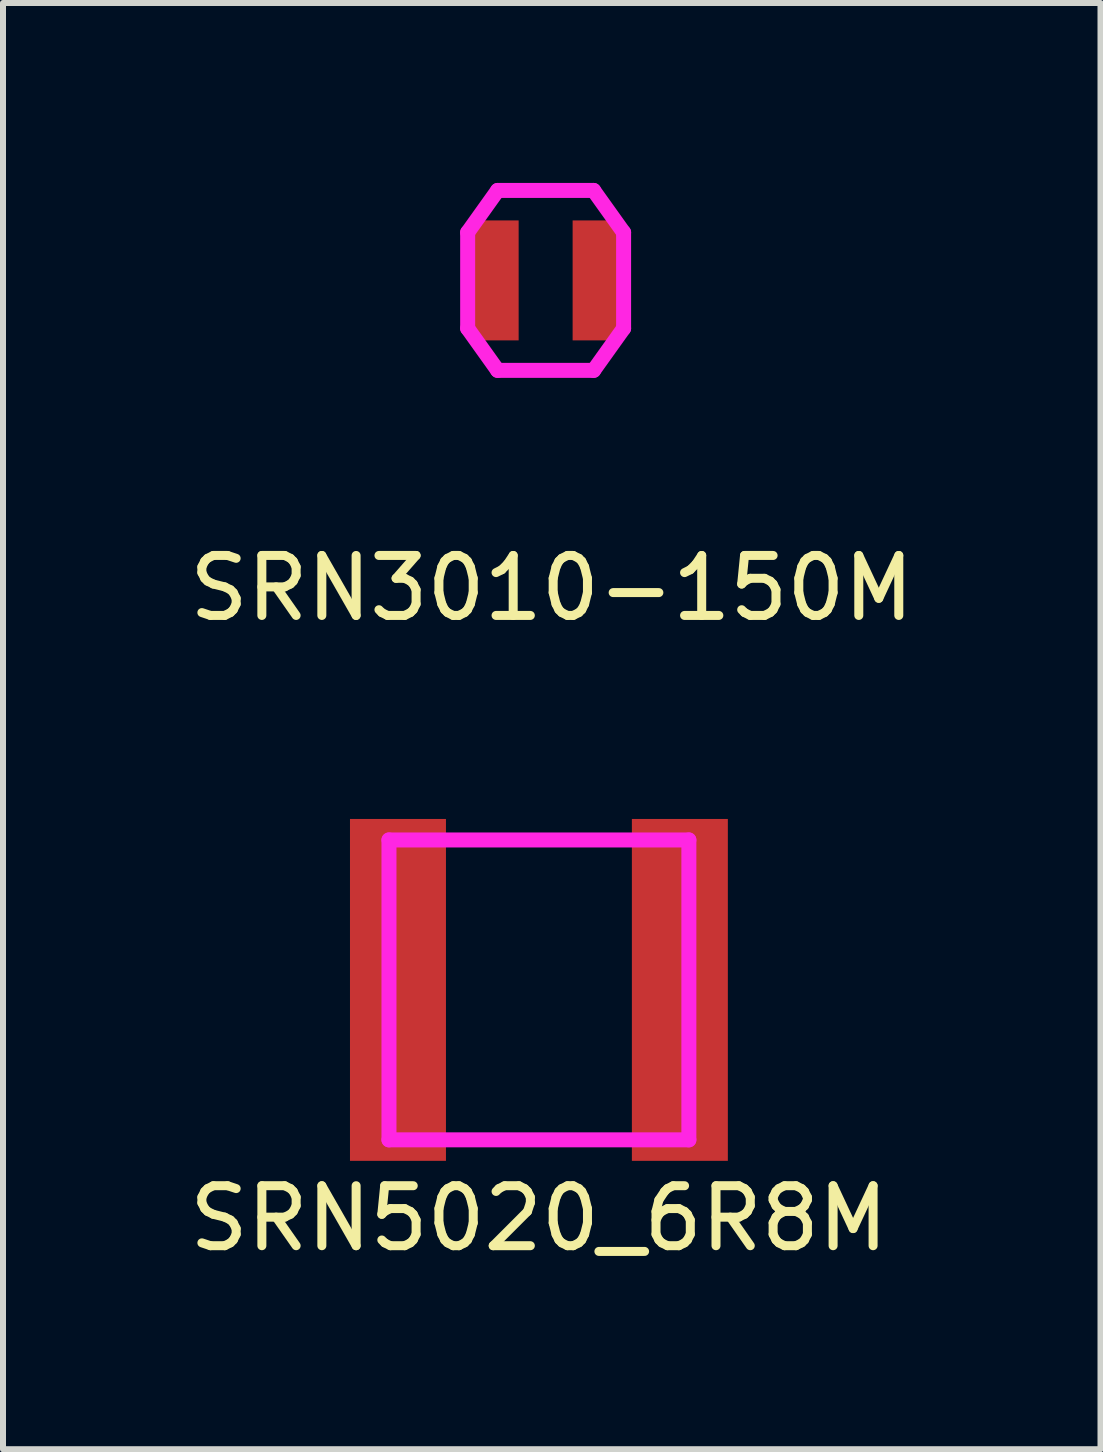
<source format=kicad_pcb>
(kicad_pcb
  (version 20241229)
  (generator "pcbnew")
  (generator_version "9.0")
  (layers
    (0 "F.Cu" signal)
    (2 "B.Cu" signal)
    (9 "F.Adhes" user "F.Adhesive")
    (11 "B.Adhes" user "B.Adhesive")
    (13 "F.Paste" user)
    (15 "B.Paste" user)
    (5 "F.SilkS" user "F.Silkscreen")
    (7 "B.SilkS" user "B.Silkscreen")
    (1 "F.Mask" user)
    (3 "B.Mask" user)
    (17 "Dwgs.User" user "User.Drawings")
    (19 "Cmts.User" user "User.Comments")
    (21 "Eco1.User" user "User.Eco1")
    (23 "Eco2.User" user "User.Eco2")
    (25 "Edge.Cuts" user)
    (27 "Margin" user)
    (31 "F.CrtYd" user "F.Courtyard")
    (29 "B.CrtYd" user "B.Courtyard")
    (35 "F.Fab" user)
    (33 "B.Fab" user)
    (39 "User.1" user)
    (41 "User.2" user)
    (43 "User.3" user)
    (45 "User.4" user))
  (footprint "SRN5020_6R8M"
    (layer "F.Cu")
    (at 5.935 13.454)
    (property "Reference" "SRN5020_6R8M" (at 0 3.81 0) (layer "F.SilkS") (effects (font (size 1 1) (thickness 0.15))))
    (attr through_hole)
    (fp_line (start -2.5 -2.5) (end 2.5 -2.5) (stroke (width 0.25) (type solid)) (layer "F.CrtYd"))
    (fp_line (start -2.5 2.5) (end -2.5 -2.5) (stroke (width 0.25) (type solid)) (layer "F.CrtYd"))
    (fp_line (start 2.5 -2.5) (end 2.5 2.5) (stroke (width 0.25) (type solid)) (layer "F.CrtYd"))
    (fp_line (start 2.5 2.5) (end -2.5 2.5) (stroke (width 0.25) (type solid)) (layer "F.CrtYd"))
    (pad "1" smd rect (at -2.35 0) (size 1.6 5.7) (layers "F.Cu" "F.Mask" "F.Paste"))
    (pad "2" smd rect (at 2.35 0) (size 1.6 5.7) (layers "F.Cu" "F.Mask" "F.Paste")))
  (footprint "SRN3010-150M"
    (layer "F.Cu")
    (at 6.047 1.625)
    (property "Reference" "SRN3010-150M" (at 0.102 5.131 0) (layer "F.SilkS") (effects (font (size 1 1) (thickness 0.15))))
    (attr through_hole)
    (fp_line (start -1.3 -0.8) (end -1.3 0.8) (stroke (width 0.25) (type solid)) (layer "F.CrtYd"))
    (fp_line (start -1.3 -0.8) (end -0.8 -1.5) (stroke (width 0.25) (type solid)) (layer "F.CrtYd"))
    (fp_line (start -1.3 0.8) (end -0.8 1.5) (stroke (width 0.25) (type solid)) (layer "F.CrtYd"))
    (fp_line (start -0.8 -1.5) (end 0.8 -1.5) (stroke (width 0.25) (type solid)) (layer "F.CrtYd"))
    (fp_line (start -0.8 1.5) (end 0.8 1.5) (stroke (width 0.25) (type solid)) (layer "F.CrtYd"))
    (fp_line (start 0.8 -1.5) (end 1.3 -0.8) (stroke (width 0.25) (type solid)) (layer "F.CrtYd"))
    (fp_line (start 1.3 -0.8) (end 1.3 0.8) (stroke (width 0.25) (type solid)) (layer "F.CrtYd"))
    (fp_line (start 1.3 0.8) (end 0.8 1.5) (stroke (width 0.25) (type solid)) (layer "F.CrtYd"))
    (pad "1" smd rect (at -0.85 0) (size 0.8 2) (layers "F.Cu" "F.Mask" "F.Paste"))
    (pad "2" smd rect (at 0.85 0) (size 0.8 2) (layers "F.Cu" "F.Mask" "F.Paste")))
  (gr_rect
    (start -3 -3)
    (end 15.298 21.112)
    (stroke (width 0.1) (type default))
    (fill no)
    (layer "Edge.Cuts")))
</source>
